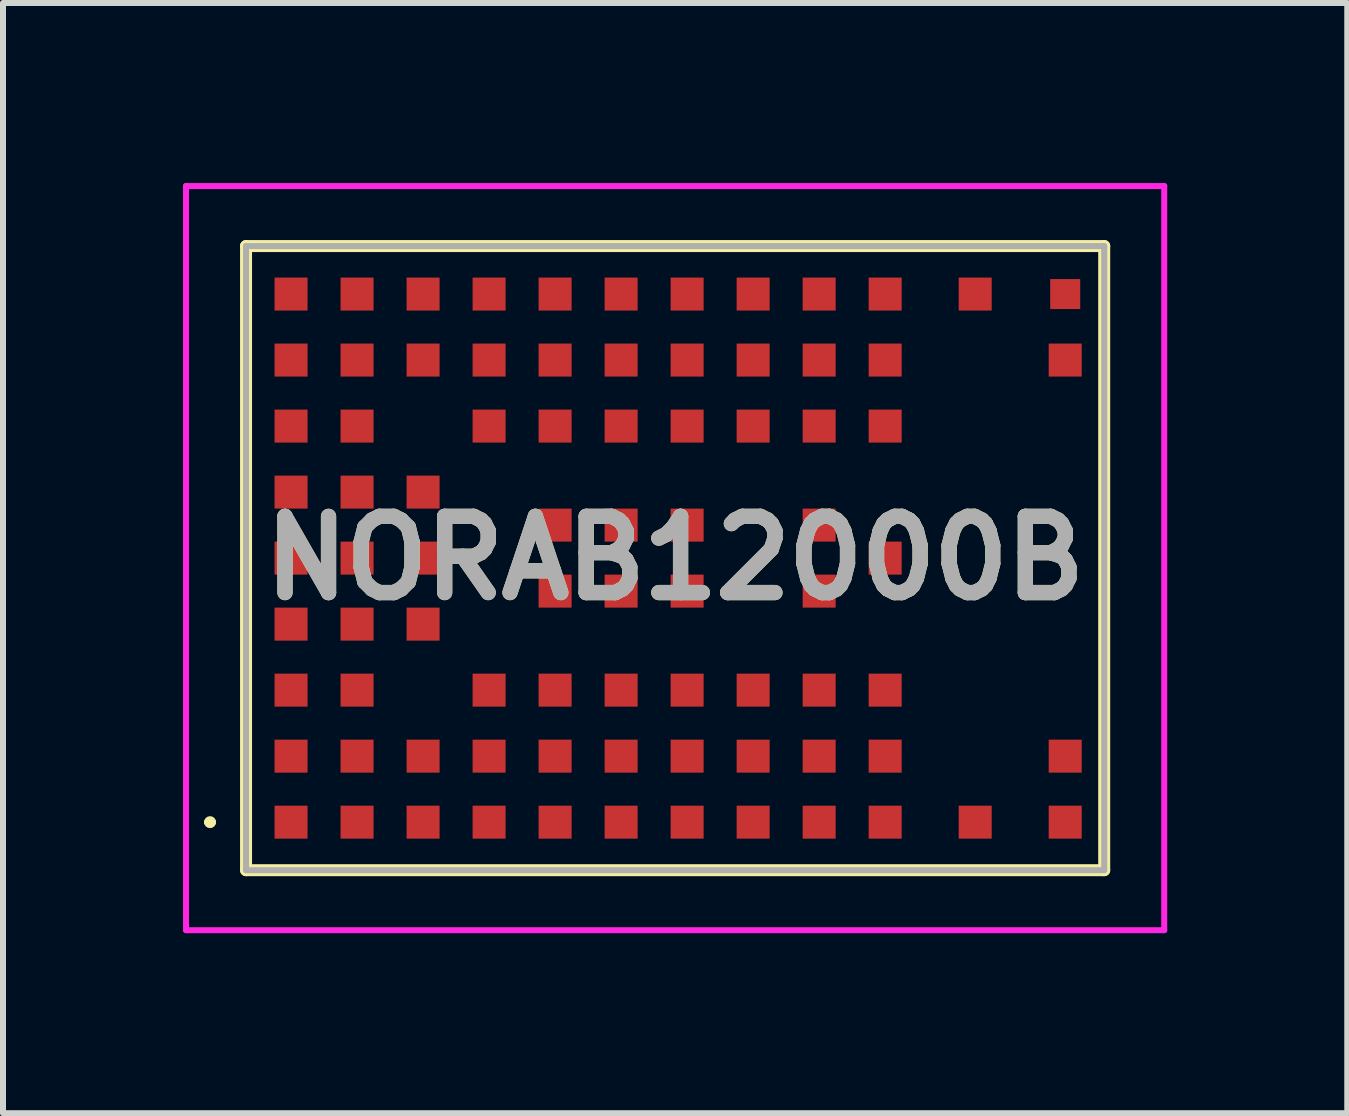
<source format=kicad_pcb>
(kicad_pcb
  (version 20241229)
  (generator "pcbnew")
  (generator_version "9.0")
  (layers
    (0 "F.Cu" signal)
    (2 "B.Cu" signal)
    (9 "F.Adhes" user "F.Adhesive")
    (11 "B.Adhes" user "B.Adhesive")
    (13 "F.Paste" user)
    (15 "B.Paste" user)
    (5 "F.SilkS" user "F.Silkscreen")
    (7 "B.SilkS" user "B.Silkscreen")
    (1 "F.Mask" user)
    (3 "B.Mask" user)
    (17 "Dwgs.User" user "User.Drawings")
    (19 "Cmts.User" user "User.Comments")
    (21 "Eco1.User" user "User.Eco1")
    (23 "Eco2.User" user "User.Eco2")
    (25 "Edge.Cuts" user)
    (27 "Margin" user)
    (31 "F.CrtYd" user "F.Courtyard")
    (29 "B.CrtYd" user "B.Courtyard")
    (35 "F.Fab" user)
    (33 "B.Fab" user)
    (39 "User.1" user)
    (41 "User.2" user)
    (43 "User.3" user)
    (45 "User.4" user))
  (footprint "NORAB12000B"
    (layer "F.Cu")
    (at 8.2 6.25)
    (property "Reference" "NORAB12000B" (at 0 0 0) (layer "F.SilkS") (effects (font (size 1.27 1.27) (thickness 0.254))))
    (attr smd)
    (fp_line (start -7.8 4.4) (end -7.8 4.4) (stroke (width 0.1) (type solid)) (layer "F.SilkS"))
    (fp_line (start -7.7 4.4) (end -7.7 4.4) (stroke (width 0.1) (type solid)) (layer "F.SilkS"))
    (fp_line (start -7.15 -5.2) (end 7.15 -5.2) (stroke (width 0.2) (type solid)) (layer "F.SilkS"))
    (fp_line (start -7.15 5.2) (end -7.15 -5.2) (stroke (width 0.2) (type solid)) (layer "F.SilkS"))
    (fp_line (start 7.15 -5.2) (end 7.15 5.2) (stroke (width 0.2) (type solid)) (layer "F.SilkS"))
    (fp_line (start 7.15 5.2) (end -7.15 5.2) (stroke (width 0.2) (type solid)) (layer "F.SilkS"))
    (fp_arc (start -7.8 4.4) (mid -7.75 4.35) (end -7.7 4.4) (stroke (width 0.1) (type solid)) (layer "F.SilkS"))
    (fp_arc (start -7.7 4.4) (mid -7.75 4.45) (end -7.8 4.4) (stroke (width 0.1) (type solid)) (layer "F.SilkS"))
    (fp_line (start -8.15 -6.2) (end 8.15 -6.2) (stroke (width 0.1) (type solid)) (layer "F.CrtYd"))
    (fp_line (start -8.15 6.2) (end -8.15 -6.2) (stroke (width 0.1) (type solid)) (layer "F.CrtYd"))
    (fp_line (start 8.15 -6.2) (end 8.15 6.2) (stroke (width 0.1) (type solid)) (layer "F.CrtYd"))
    (fp_line (start 8.15 6.2) (end -8.15 6.2) (stroke (width 0.1) (type solid)) (layer "F.CrtYd"))
    (fp_line (start -7.15 -5.2) (end 7.15 -5.2) (stroke (width 0.1) (type solid)) (layer "F.Fab"))
    (fp_line (start -7.15 5.2) (end -7.15 -5.2) (stroke (width 0.1) (type solid)) (layer "F.Fab"))
    (fp_line (start 7.15 -5.2) (end 7.15 5.2) (stroke (width 0.1) (type solid)) (layer "F.Fab"))
    (fp_line (start 7.15 5.2) (end -7.15 5.2) (stroke (width 0.1) (type solid)) (layer "F.Fab"))
    (fp_text user "${REFERENCE}" (at 0 0 0) (layer "F.Fab") (effects (font (size 1.27 1.27) (thickness 0.254))))
    (pad "A1" smd rect (at -6.4 4.4 90) (size 0.55 0.55) (layers "F.Cu" "F.Mask" "F.Paste"))
    (pad "A2" smd rect (at -6.4 3.3 90) (size 0.55 0.55) (layers "F.Cu" "F.Mask" "F.Paste"))
    (pad "A3" smd rect (at -6.4 2.2 90) (size 0.55 0.55) (layers "F.Cu" "F.Mask" "F.Paste"))
    (pad "A4" smd rect (at -6.4 1.1 90) (size 0.55 0.55) (layers "F.Cu" "F.Mask" "F.Paste"))
    (pad "A5" smd rect (at -6.4 0 90) (size 0.55 0.55) (layers "F.Cu" "F.Mask" "F.Paste"))
    (pad "A6" smd rect (at -6.4 -1.1 90) (size 0.55 0.55) (layers "F.Cu" "F.Mask" "F.Paste"))
    (pad "A7" smd rect (at -6.4 -2.2 90) (size 0.55 0.55) (layers "F.Cu" "F.Mask" "F.Paste"))
    (pad "A8" smd rect (at -6.4 -3.3 90) (size 0.55 0.55) (layers "F.Cu" "F.Mask" "F.Paste"))
    (pad "A9" smd rect (at -6.4 -4.4 90) (size 0.55 0.55) (layers "F.Cu" "F.Mask" "F.Paste"))
    (pad "B1" smd rect (at -5.3 4.4 90) (size 0.55 0.55) (layers "F.Cu" "F.Mask" "F.Paste"))
    (pad "B2" smd rect (at -5.3 3.3 90) (size 0.55 0.55) (layers "F.Cu" "F.Mask" "F.Paste"))
    (pad "B3" smd rect (at -5.3 2.2 90) (size 0.55 0.55) (layers "F.Cu" "F.Mask" "F.Paste"))
    (pad "B4" smd rect (at -5.3 1.1 90) (size 0.55 0.55) (layers "F.Cu" "F.Mask" "F.Paste"))
    (pad "B5" smd rect (at -5.3 0 90) (size 0.55 0.55) (layers "F.Cu" "F.Mask" "F.Paste"))
    (pad "B6" smd rect (at -5.3 -1.1 90) (size 0.55 0.55) (layers "F.Cu" "F.Mask" "F.Paste"))
    (pad "B7" smd rect (at -5.3 -2.2 90) (size 0.55 0.55) (layers "F.Cu" "F.Mask" "F.Paste" "Eco1.User"))
    (pad "B8" smd rect (at -5.3 -3.3 90) (size 0.55 0.55) (layers "F.Cu" "F.Mask" "F.Paste"))
    (pad "B9" smd rect (at -5.3 -4.4 90) (size 0.55 0.55) (layers "F.Cu" "F.Mask" "F.Paste"))
    (pad "C1" smd rect (at -4.2 4.4 90) (size 0.55 0.55) (layers "F.Cu" "F.Mask" "F.Paste"))
    (pad "C2" smd rect (at -4.2 3.3 90) (size 0.55 0.55) (layers "F.Cu" "F.Mask" "F.Paste"))
    (pad "C4" smd rect (at -4.2 1.1 90) (size 0.55 0.55) (layers "F.Cu" "F.Mask" "F.Paste"))
    (pad "C5" smd rect (at -4.2 0 90) (size 0.55 0.55) (layers "F.Cu" "F.Mask" "F.Paste"))
    (pad "C6" smd rect (at -4.2 -1.1 90) (size 0.55 0.55) (layers "F.Cu" "F.Mask" "F.Paste"))
    (pad "C8" smd rect (at -4.2 -3.3 90) (size 0.55 0.55) (layers "F.Cu" "F.Mask" "F.Paste"))
    (pad "C9" smd rect (at -4.2 -4.4 90) (size 0.55 0.55) (layers "F.Cu" "F.Mask" "F.Paste"))
    (pad "D1" smd rect (at -3.1 4.4 90) (size 0.55 0.55) (layers "F.Cu" "F.Mask" "F.Paste"))
    (pad "D2" smd rect (at -3.1 3.3 90) (size 0.55 0.55) (layers "F.Cu" "F.Mask" "F.Paste"))
    (pad "D3" smd rect (at -3.1 2.2 90) (size 0.55 0.55) (layers "F.Cu" "F.Mask" "F.Paste"))
    (pad "D7" smd rect (at -3.1 -2.2 90) (size 0.55 0.55) (layers "F.Cu" "F.Mask" "F.Paste"))
    (pad "D8" smd rect (at -3.1 -3.3 90) (size 0.55 0.55) (layers "F.Cu" "F.Mask" "F.Paste"))
    (pad "D9" smd rect (at -3.1 -4.4 90) (size 0.55 0.55) (layers "F.Cu" "F.Mask" "F.Paste"))
    (pad "E1" smd rect (at -2 4.4 90) (size 0.55 0.55) (layers "F.Cu" "F.Mask" "F.Paste"))
    (pad "E2" smd rect (at -2 3.3 90) (size 0.55 0.55) (layers "F.Cu" "F.Mask" "F.Paste"))
    (pad "E3" smd rect (at -2 2.2 90) (size 0.55 0.55) (layers "F.Cu" "F.Mask" "F.Paste"))
    (pad "E4" smd rect (at -2 0.55 90) (size 0.55 0.55) (layers "F.Cu" "F.Mask" "F.Paste"))
    (pad "E5" smd rect (at -2 -0.55 90) (size 0.55 0.55) (layers "F.Cu" "F.Mask" "F.Paste"))
    (pad "E7" smd rect (at -2 -2.2 90) (size 0.55 0.55) (layers "F.Cu" "F.Mask" "F.Paste"))
    (pad "E8" smd rect (at -2 -3.3 90) (size 0.55 0.55) (layers "F.Cu" "F.Mask" "F.Paste"))
    (pad "E9" smd rect (at -2 -4.4 90) (size 0.55 0.55) (layers "F.Cu" "F.Mask" "F.Paste"))
    (pad "F1" smd rect (at -0.9 4.4 90) (size 0.55 0.55) (layers "F.Cu" "F.Mask" "F.Paste"))
    (pad "F2" smd rect (at -0.9 3.3 90) (size 0.55 0.55) (layers "F.Cu" "F.Mask" "F.Paste"))
    (pad "F3" smd rect (at -0.9 2.2 90) (size 0.55 0.55) (layers "F.Cu" "F.Mask" "F.Paste"))
    (pad "F4" smd rect (at -0.9 0.55 90) (size 0.55 0.55) (layers "F.Cu" "F.Mask" "F.Paste"))
    (pad "F5" smd rect (at -0.9 -0.55 90) (size 0.55 0.55) (layers "F.Cu" "F.Mask" "F.Paste"))
    (pad "F7" smd rect (at -0.9 -2.2 90) (size 0.55 0.55) (layers "F.Cu" "F.Mask" "F.Paste"))
    (pad "F8" smd rect (at -0.9 -3.3 90) (size 0.55 0.55) (layers "F.Cu" "F.Mask" "F.Paste"))
    (pad "F9" smd rect (at -0.9 -4.4 90) (size 0.55 0.55) (layers "F.Cu" "F.Mask" "F.Paste"))
    (pad "G1" smd rect (at 0.2 4.4 90) (size 0.55 0.55) (layers "F.Cu" "F.Mask" "F.Paste"))
    (pad "G2" smd rect (at 0.2 3.3 90) (size 0.55 0.55) (layers "F.Cu" "F.Mask" "F.Paste"))
    (pad "G3" smd rect (at 0.2 2.2 90) (size 0.55 0.55) (layers "F.Cu" "F.Mask" "F.Paste"))
    (pad "G4" smd rect (at 0.2 0.55 90) (size 0.55 0.55) (layers "F.Cu" "F.Mask" "F.Paste"))
    (pad "G5" smd rect (at 0.2 -0.55 90) (size 0.55 0.55) (layers "F.Cu" "F.Mask" "F.Paste"))
    (pad "G7" smd rect (at 0.2 -2.2 90) (size 0.55 0.55) (layers "F.Cu" "F.Mask" "F.Paste"))
    (pad "G8" smd rect (at 0.2 -3.3 90) (size 0.55 0.55) (layers "F.Cu" "F.Mask" "F.Paste"))
    (pad "G9" smd rect (at 0.2 -4.4 90) (size 0.55 0.55) (layers "F.Cu" "F.Mask" "F.Paste"))
    (pad "H1" smd rect (at 1.3 4.4 90) (size 0.55 0.55) (layers "F.Cu" "F.Mask" "F.Paste"))
    (pad "H2" smd rect (at 1.3 3.3 90) (size 0.55 0.55) (layers "F.Cu" "F.Mask" "F.Paste"))
    (pad "H3" smd rect (at 1.3 2.2 90) (size 0.55 0.55) (layers "F.Cu" "F.Mask" "F.Paste"))
    (pad "H7" smd rect (at 1.3 -2.2 90) (size 0.55 0.55) (layers "F.Cu" "F.Mask" "F.Paste"))
    (pad "H8" smd rect (at 1.3 -3.3 90) (size 0.55 0.55) (layers "F.Cu" "F.Mask" "F.Paste"))
    (pad "H9" smd rect (at 1.3 -4.4 90) (size 0.55 0.55) (layers "F.Cu" "F.Mask" "F.Paste"))
    (pad "J1" smd rect (at 2.4 4.4 90) (size 0.55 0.55) (layers "F.Cu" "F.Mask" "F.Paste"))
    (pad "J2" smd rect (at 2.4 3.3 90) (size 0.55 0.55) (layers "F.Cu" "F.Mask" "F.Paste"))
    (pad "J3" smd rect (at 2.4 2.2 90) (size 0.55 0.55) (layers "F.Cu" "F.Mask" "F.Paste"))
    (pad "J4" smd rect (at 2.4 0.55 90) (size 0.55 0.55) (layers "F.Cu" "F.Mask" "F.Paste"))
    (pad "J5" smd rect (at 2.4 -0.55 90) (size 0.55 0.55) (layers "F.Cu" "F.Mask" "F.Paste"))
    (pad "J7" smd rect (at 2.4 -2.2 90) (size 0.55 0.55) (layers "F.Cu" "F.Mask" "F.Paste"))
    (pad "J8" smd rect (at 2.4 -3.3 90) (size 0.55 0.55) (layers "F.Cu" "F.Mask" "F.Paste"))
    (pad "J9" smd rect (at 2.4 -4.4 90) (size 0.55 0.55) (layers "F.Cu" "F.Mask" "F.Paste"))
    (pad "K1" smd rect (at 3.5 4.4 90) (size 0.55 0.55) (layers "F.Cu" "F.Mask" "F.Paste"))
    (pad "K2" smd rect (at 3.5 3.3 90) (size 0.55 0.55) (layers "F.Cu" "F.Mask" "F.Paste"))
    (pad "K3" smd rect (at 3.5 2.2 90) (size 0.55 0.55) (layers "F.Cu" "F.Mask" "F.Paste"))
    (pad "K5" smd rect (at 3.5 0 90) (size 0.55 0.55) (layers "F.Cu" "F.Mask" "F.Paste"))
    (pad "K7" smd rect (at 3.5 -2.2 90) (size 0.55 0.55) (layers "F.Cu" "F.Mask" "F.Paste"))
    (pad "K8" smd rect (at 3.5 -3.3 90) (size 0.55 0.55) (layers "F.Cu" "F.Mask" "F.Paste"))
    (pad "K9" smd rect (at 3.5 -4.4 90) (size 0.55 0.55) (layers "F.Cu" "F.Mask" "F.Paste"))
    (pad "L1" smd rect (at 5 4.4 90) (size 0.55 0.55) (layers "F.Cu" "F.Mask" "F.Paste"))
    (pad "L9" smd rect (at 5 -4.4 90) (size 0.55 0.55) (layers "F.Cu" "F.Mask" "F.Paste"))
    (pad "M1" smd rect (at 6.5 4.4 90) (size 0.55 0.55) (layers "F.Cu" "F.Mask" "F.Paste"))
    (pad "M2" smd rect (at 6.5 3.3 90) (size 0.55 0.55) (layers "F.Cu" "F.Mask" "F.Paste"))
    (pad "M8" smd rect (at 6.5 -3.3 90) (size 0.55 0.55) (layers "F.Cu" "F.Mask" "F.Paste"))
    (pad "M9" smd rect (at 6.5 -4.4 90) (size 0.5 0.5) (layers "F.Cu" "F.Mask" "F.Paste")))
  (gr_rect
    (start -3 -3)
    (end 19.4 15.5)
    (stroke (width 0.1) (type default))
    (fill no)
    (layer "Edge.Cuts")))
</source>
